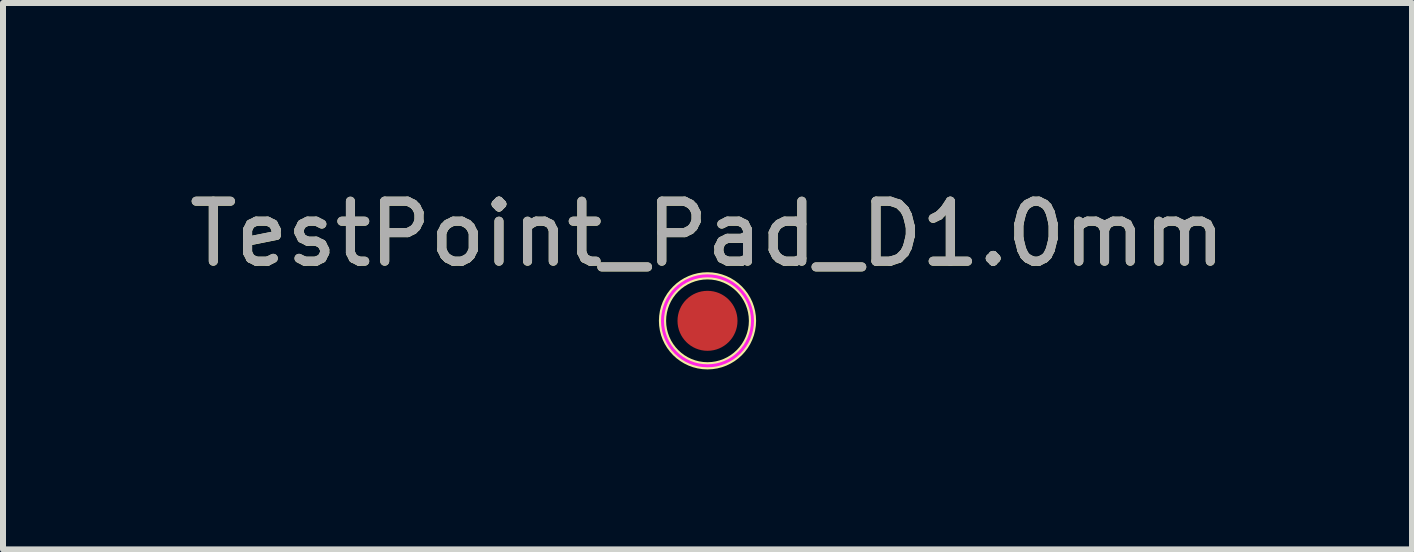
<source format=kicad_pcb>
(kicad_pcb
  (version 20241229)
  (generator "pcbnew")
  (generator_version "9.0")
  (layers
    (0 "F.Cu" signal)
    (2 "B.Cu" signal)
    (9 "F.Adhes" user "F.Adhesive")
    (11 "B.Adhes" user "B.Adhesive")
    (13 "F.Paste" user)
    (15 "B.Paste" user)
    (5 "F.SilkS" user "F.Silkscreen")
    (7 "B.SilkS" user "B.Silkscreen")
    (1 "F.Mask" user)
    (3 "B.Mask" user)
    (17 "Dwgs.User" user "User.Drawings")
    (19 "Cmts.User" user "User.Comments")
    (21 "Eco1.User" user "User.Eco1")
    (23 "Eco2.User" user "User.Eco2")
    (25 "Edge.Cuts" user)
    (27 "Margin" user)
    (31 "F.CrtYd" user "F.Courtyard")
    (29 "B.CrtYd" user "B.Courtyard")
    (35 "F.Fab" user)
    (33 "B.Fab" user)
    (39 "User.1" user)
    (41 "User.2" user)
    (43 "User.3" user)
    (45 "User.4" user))
  (footprint "TestPoint_Pad_D1.0mm"
    (layer "F.Cu")
    (at 8.744 2.298)
    (property "Reference" "TestPoint_Pad_D1.0mm" (at 0 -1.448 0) (layer "F.SilkS") (effects (font (size 1 1) (thickness 0.15))))
    (attr exclude_from_pos_files exclude_from_bom)
    (fp_circle (center 0 0) (end 0.75 0) (stroke (width 0.12) (type solid)) (fill no) (layer "F.SilkS"))
    (fp_circle (center 0 0) (end 0.75 0) (stroke (width 0.05) (type solid)) (fill no) (layer "F.CrtYd"))
    (fp_text user "${REFERENCE}" (at 0 -1.45 0) (layer "F.Fab") (effects (font (size 1 1) (thickness 0.15))))
    (pad "1" smd circle (at 0 0) (size 1 1) (layers "F.Cu" "F.Mask")))
  (gr_rect
    (start -3 -3)
    (end 20.488 6.108)
    (stroke (width 0.1) (type default))
    (fill no)
    (layer "Edge.Cuts")))
</source>
